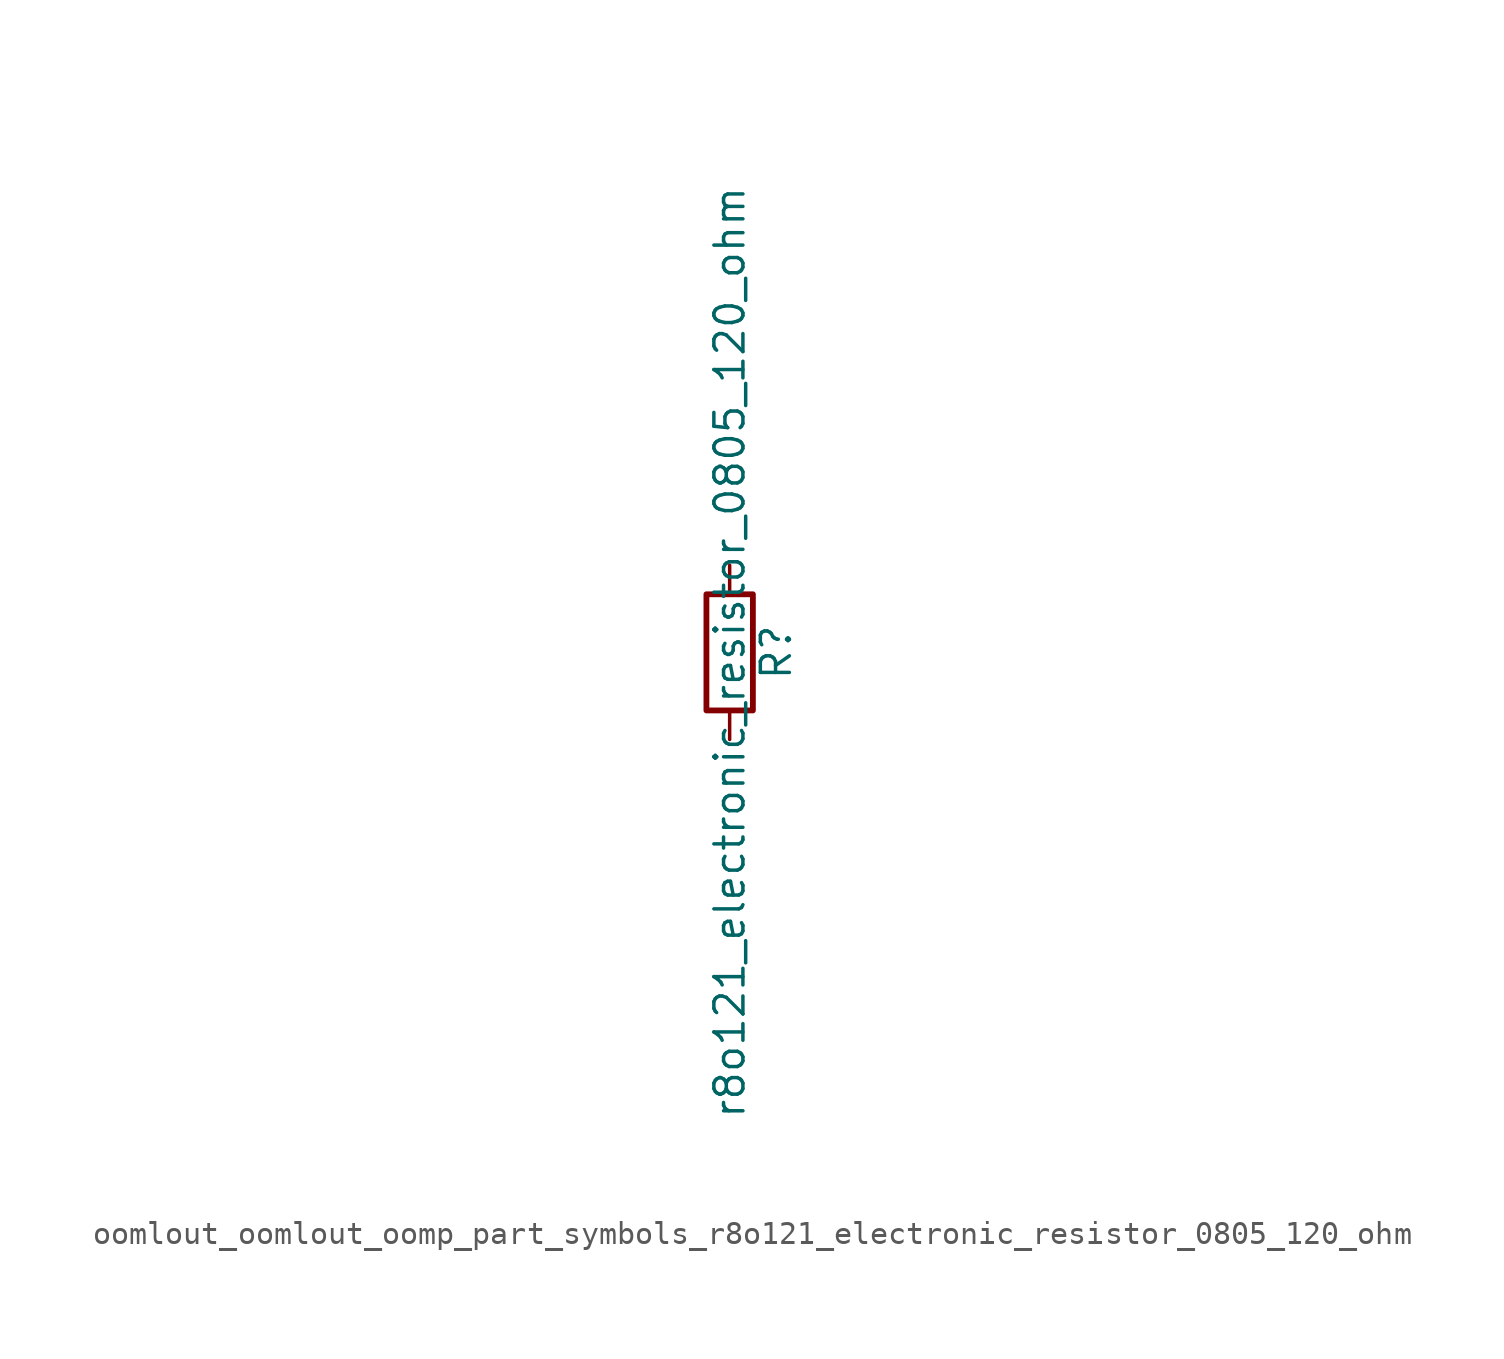
<source format=kicad_sym>
(kicad_symbol_lib
  (version 20220914)
  (generator kicad_symbol_editor)
  (symbol "oomlout_oomlout_oomp_part_symbols_r8o121_electronic_resistor_0805_120_ohm"
    (pin_numbers hide)
    (pin_names
      (offset 0))
    (property "Reference" "R"
      (at 2.032 0 90)
      (effects (font (size 1.27 1.27))))
    (property "Value" "r8o121_electronic_resistor_0805_120_ohm"
      (at 0 0 90)
      (effects (font (size 1.27 1.27))))
    (symbol "oomlout_oomlout_oomp_part_symbols_r8o121_electronic_resistor_0805_120_ohm_0_1"
      (rectangle (start -1.016 -2.54) (end 1.016 2.54) (stroke (width 0.254) (type default)) (fill (type none))))
    (symbol "oomlout_oomlout_oomp_part_symbols_r8o121_electronic_resistor_0805_120_ohm_1_1"
      (pin passive line (at 0 3.81 270) (length 1.27) (name "~" (effects (font (size 1.27 1.27)))) (number "1" (effects (font (size 1.27 1.27)))))
      (pin passive line (at 0 -3.81 90) (length 1.27) (name "~" (effects (font (size 1.27 1.27)))) (number "2" (effects (font (size 1.27 1.27))))))))
</source>
